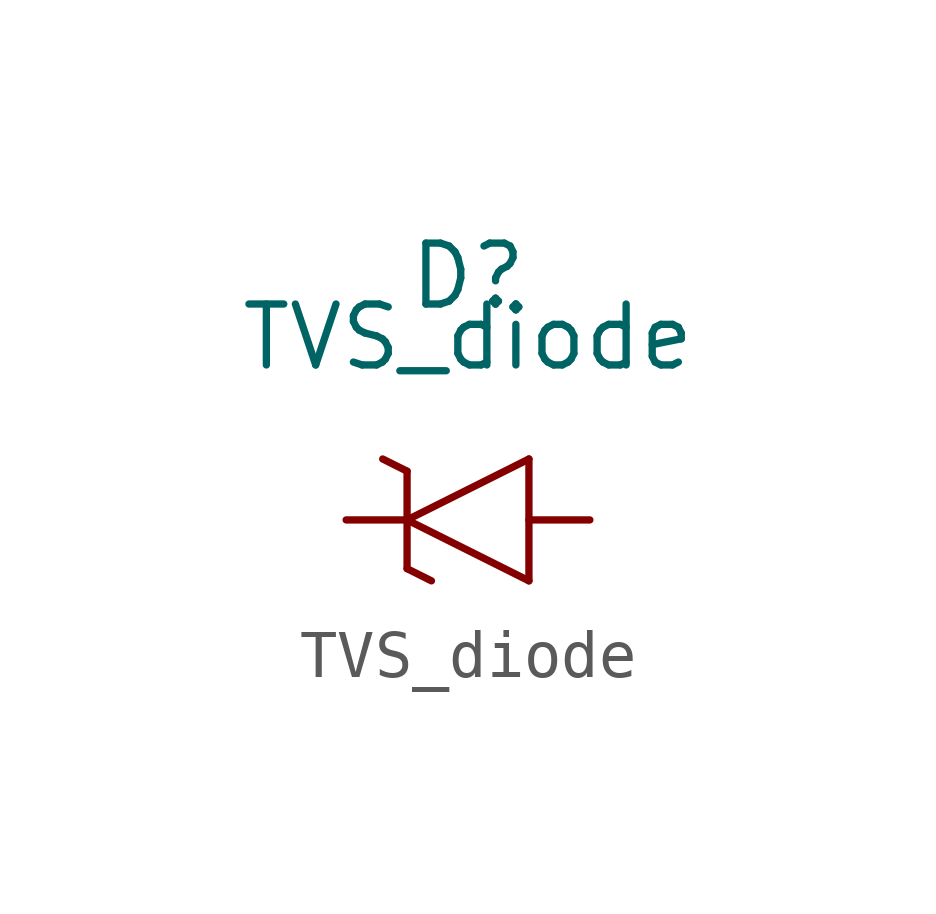
<source format=kicad_sym>
(kicad_symbol_lib
  (version 20211014)
  (generator kicad_symbol_editor)
  (symbol "TVS_diode"
    (pin_numbers hide)
    (pin_names
      (offset 0) hide)
    (property "Reference" "D"
      (at 0 5.08 0)
      (effects (font (size 1.27 1.27))))
    (property "Value" "TVS_diode"
      (at 0 3.81 0)
      (effects (font (size 1.27 1.27))))
    (symbol "TVS_diode_0_1"
      (polyline (pts (xy -1.27 0) (xy -1.27 -1.016)) (stroke (width 0) (type default) (color 0 0 0 0)) (fill (type none)))
      (polyline (pts (xy -1.27 0) (xy -1.27 1.016)) (stroke (width 0) (type default) (color 0 0 0 0)) (fill (type none)))
      (polyline (pts (xy -1.27 0) (xy 1.27 -1.27)) (stroke (width 0) (type default) (color 0 0 0 0)) (fill (type none)))
      (polyline (pts (xy -1.27 0) (xy 1.27 1.27)) (stroke (width 0) (type default) (color 0 0 0 0)) (fill (type none)))
      (polyline (pts (xy -1.27 1.016) (xy -1.778 1.27)) (stroke (width 0) (type default) (color 0 0 0 0)) (fill (type none)))
      (polyline (pts (xy -0.762 -1.27) (xy -1.27 -1.016)) (stroke (width 0) (type default) (color 0 0 0 0)) (fill (type none)))
      (polyline (pts (xy 1.27 -1.27) (xy 1.27 1.27)) (stroke (width 0) (type default) (color 0 0 0 0)) (fill (type none))))
    (symbol "TVS_diode_1_1"
      (pin passive line (at -2.54 0 0) (length 1.27) (name "1" (effects (font (size 1.27 1.27)))) (number "1" (effects (font (size 1.27 1.27)))))
      (pin passive line (at 2.54 0 180) (length 1.27) (name "2" (effects (font (size 1.27 1.27)))) (number "2" (effects (font (size 1.27 1.27))))))))
</source>
